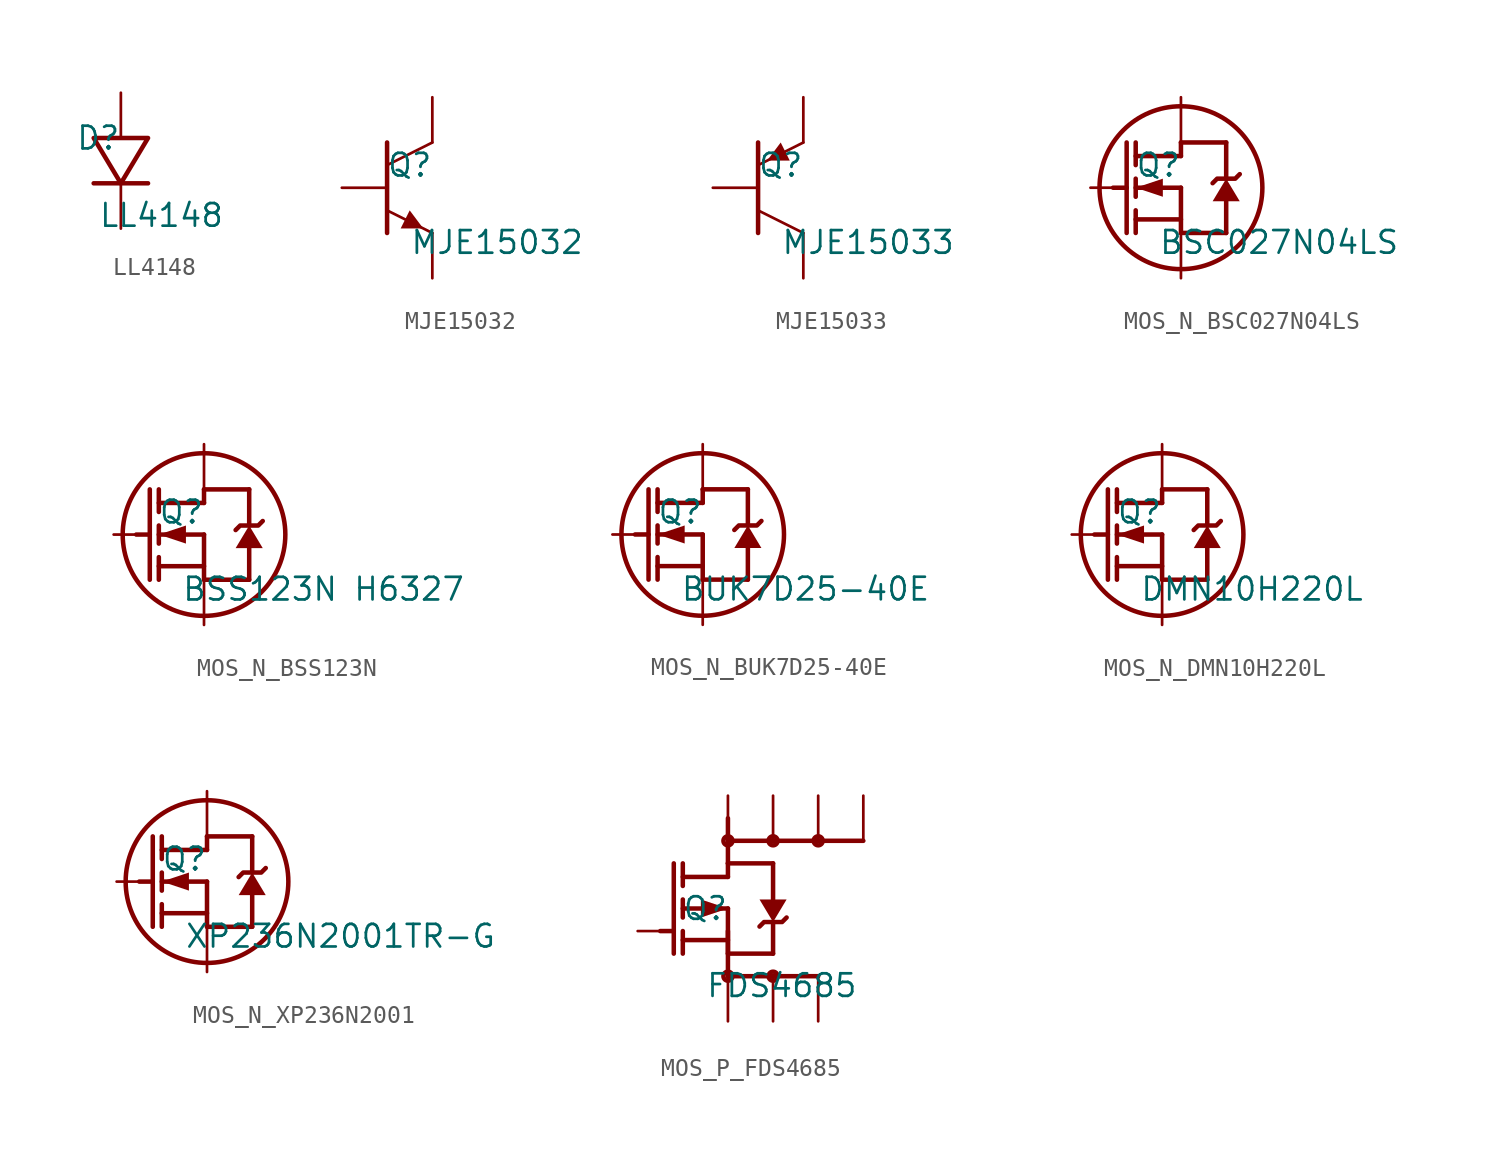
<source format=kicad_sym>
(kicad_symbol_lib
  (version 20231120)
  (generator "kicad_symbol_editor")
  (generator_version "8.0")
  (symbol "LL4148"
    (property "Reference" "D"
      (at -1.27 1.27 0)
      (effects (font (size 1.27 1.27))))
    (property "Value" "LL4148"
      (at -1.27 -3.81 0)
      (effects (font (size 1.27 1.27)) (justify left bottom)))
    (symbol "LL4148_1_0"
      (polyline (pts (xy 1.524 -1.27) (xy -1.524 -1.27)) (stroke (width 0.254) (type solid)) (fill (type none)))
      (polyline (pts (xy -1.524 1.27) (xy 1.524 1.27) (xy 0 -1.27) (xy -1.524 1.27)) (stroke (width 0.254) (type solid)) (fill (type none)))
      (pin passive line (at 0 3.81 270) (length 2.54) (name "A" (effects (font (size 0 0)))) (number "A" (effects (font (size 0 0)))))
      (pin passive line (at 0 -3.81 90) (length 2.54) (name "K" (effects (font (size 0 0)))) (number "K" (effects (font (size 0 0)))))))
  (symbol "MJE15032"
    (property "Reference" "Q"
      (at -1.27 1.27 0)
      (effects (font (size 1.27 1.27))))
    (property "Value" "MJE15032"
      (at -1.27 -3.81 0)
      (effects (font (size 1.27 1.27)) (justify left bottom)))
    (symbol "MJE15032_1_0"
      (polyline (pts (xy -2.54 2.54) (xy -2.54 -2.54)) (stroke (width 0.254) (type solid)) (fill (type none)))
      (polyline (pts (xy 0 -2.54) (xy -2.54 -1.27)) (stroke (width 0.152) (type solid)) (fill (type none)))
      (polyline (pts (xy 0 2.54) (xy -2.54 1.27)) (stroke (width 0.152) (type solid)) (fill (type none)))
      (polyline (pts (xy -0.508 -2.286) (xy -1.778 -2.286) (xy -1.27 -1.27) (xy -0.508 -2.286) (xy -0.508 -2.286)) (stroke (width -0.0001) (type solid)) (fill (type outline)))
      (pin passive line (at -5.08 0 0) (length 2.54) (name "B" (effects (font (size 0 0)))) (number "1" (effects (font (size 0 0)))))
      (pin passive line (at 0 5.08 270) (length 2.54) (name "C" (effects (font (size 0 0)))) (number "2" (effects (font (size 0 0)))))
      (pin passive line (at 0 -5.08 90) (length 2.54) (name "E" (effects (font (size 0 0)))) (number "3" (effects (font (size 0 0)))))))
  (symbol "MJE15033"
    (property "Reference" "Q"
      (at -1.27 1.27 0)
      (effects (font (size 1.27 1.27))))
    (property "Value" "MJE15033"
      (at -1.27 -3.81 0)
      (effects (font (size 1.27 1.27)) (justify left bottom)))
    (symbol "MJE15033_1_0"
      (polyline (pts (xy -2.54 -1.27) (xy 0 -2.54)) (stroke (width 0.152) (type solid)) (fill (type none)))
      (polyline (pts (xy -2.54 2.54) (xy -2.54 -2.54)) (stroke (width 0.254) (type solid)) (fill (type none)))
      (polyline (pts (xy 0 2.54) (xy -2.54 1.27)) (stroke (width 0.152) (type solid)) (fill (type none)))
      (polyline (pts (xy -2.032 1.524) (xy -0.762 1.524) (xy -1.27 2.54) (xy -2.032 1.524) (xy -2.032 1.524)) (stroke (width -0.0001) (type solid)) (fill (type outline)))
      (pin passive line (at -5.08 0 0) (length 2.54) (name "B" (effects (font (size 0 0)))) (number "1" (effects (font (size 0 0)))))
      (pin passive line (at 0 -5.08 90) (length 2.54) (name "C" (effects (font (size 0 0)))) (number "2" (effects (font (size 0 0)))))
      (pin passive line (at 0 5.08 270) (length 2.54) (name "E" (effects (font (size 0 0)))) (number "3" (effects (font (size 0 0)))))))
  (symbol "MOS_N_BSC027N04LS"
    (property "Reference" "Q"
      (at -1.27 1.27 0)
      (effects (font (size 1.27 1.27))))
    (property "Value" "BSC027N04LS"
      (at -1.27 -3.81 0)
      (effects (font (size 1.27 1.27)) (justify left bottom)))
    (symbol "MOS_N_BSC027N04LS_1_0"
      (polyline (pts (xy -3.81 0) (xy -3.048 0)) (stroke (width 0.254) (type solid)) (fill (type none)))
      (polyline (pts (xy -3.048 2.54) (xy -3.048 -2.54)) (stroke (width 0.254) (type solid)) (fill (type none)))
      (polyline (pts (xy -2.54 -2.54) (xy -2.54 -1.27)) (stroke (width 0.254) (type solid)) (fill (type none)))
      (polyline (pts (xy -2.54 -0.508) (xy -2.54 0.508)) (stroke (width 0.254) (type solid)) (fill (type none)))
      (polyline (pts (xy -2.54 2.54) (xy -2.54 1.27)) (stroke (width 0.254) (type solid)) (fill (type none)))
      (polyline (pts (xy 0 -2.54) (xy 2.54 -2.54)) (stroke (width 0.254) (type solid)) (fill (type none)))
      (polyline (pts (xy 0 -1.778) (xy -2.54 -1.778)) (stroke (width 0.254) (type solid)) (fill (type none)))
      (polyline (pts (xy 0 0) (xy -2.54 0)) (stroke (width 0.254) (type solid)) (fill (type none)))
      (polyline (pts (xy 0 0) (xy 0 -2.54)) (stroke (width 0.254) (type solid)) (fill (type none)))
      (polyline (pts (xy 0 1.778) (xy -2.54 1.778)) (stroke (width 0.254) (type solid)) (fill (type none)))
      (polyline (pts (xy 0 1.778) (xy 0 2.54)) (stroke (width 0.254) (type solid)) (fill (type none)))
      (polyline (pts (xy 0 2.54) (xy 2.54 2.54)) (stroke (width 0.254) (type solid)) (fill (type none)))
      (polyline (pts (xy 2.54 -2.54) (xy 2.54 -0.762)) (stroke (width 0.254) (type solid)) (fill (type none)))
      (polyline (pts (xy 2.54 2.54) (xy 2.54 0.508)) (stroke (width 0.254) (type solid)) (fill (type none)))
      (polyline (pts (xy -2.54 0) (xy -1.016 -0.508) (xy -1.016 0.508) (xy -2.54 0)) (stroke (width -0.0001) (type solid)) (fill (type outline)))
      (polyline (pts (xy 2.54 0.508) (xy 1.778 -0.762) (xy 3.302 -0.762) (xy 2.54 0.508)) (stroke (width -0.0001) (type solid)) (fill (type outline)))
      (polyline (pts (xy 3.302 0.762) (xy 3.048 0.508) (xy 2.032 0.508) (xy 1.778 0.254)) (stroke (width 0.254) (type solid)) (fill (type none)))
      (circle (center 0 0) (radius 4.572) (stroke (width 0.254) (type solid)) (fill (type none)))
      (pin passive line (at 0 5.08 270) (length 2.54) (name "D" (effects (font (size 0 0)))) (number "D" (effects (font (size 0 0)))))
      (pin passive line (at -5.08 0 0) (length 1.27) (name "G" (effects (font (size 0 0)))) (number "G" (effects (font (size 0 0)))))
      (pin passive line (at 0 -5.08 90) (length 2.54) (name "S" (effects (font (size 0 0)))) (number "S" (effects (font (size 0 0)))))))
  (symbol "MOS_N_BSS123N"
    (property "Reference" "Q"
      (at -1.27 1.27 0)
      (effects (font (size 1.27 1.27))))
    (property "Value" "BSS123N H6327"
      (at -1.27 -3.81 0)
      (effects (font (size 1.27 1.27)) (justify left bottom)))
    (symbol "MOS_N_BSS123N_1_0"
      (polyline (pts (xy -3.81 0) (xy -3.048 0)) (stroke (width 0.254) (type solid)) (fill (type none)))
      (polyline (pts (xy -3.048 2.54) (xy -3.048 -2.54)) (stroke (width 0.254) (type solid)) (fill (type none)))
      (polyline (pts (xy -2.54 -2.54) (xy -2.54 -1.27)) (stroke (width 0.254) (type solid)) (fill (type none)))
      (polyline (pts (xy -2.54 -0.508) (xy -2.54 0.508)) (stroke (width 0.254) (type solid)) (fill (type none)))
      (polyline (pts (xy -2.54 2.54) (xy -2.54 1.27)) (stroke (width 0.254) (type solid)) (fill (type none)))
      (polyline (pts (xy 0 -2.54) (xy 2.54 -2.54)) (stroke (width 0.254) (type solid)) (fill (type none)))
      (polyline (pts (xy 0 -1.778) (xy -2.54 -1.778)) (stroke (width 0.254) (type solid)) (fill (type none)))
      (polyline (pts (xy 0 0) (xy -2.54 0)) (stroke (width 0.254) (type solid)) (fill (type none)))
      (polyline (pts (xy 0 0) (xy 0 -2.54)) (stroke (width 0.254) (type solid)) (fill (type none)))
      (polyline (pts (xy 0 1.778) (xy -2.54 1.778)) (stroke (width 0.254) (type solid)) (fill (type none)))
      (polyline (pts (xy 0 1.778) (xy 0 2.54)) (stroke (width 0.254) (type solid)) (fill (type none)))
      (polyline (pts (xy 0 2.54) (xy 2.54 2.54)) (stroke (width 0.254) (type solid)) (fill (type none)))
      (polyline (pts (xy 2.54 -2.54) (xy 2.54 -0.762)) (stroke (width 0.254) (type solid)) (fill (type none)))
      (polyline (pts (xy 2.54 2.54) (xy 2.54 0.508)) (stroke (width 0.254) (type solid)) (fill (type none)))
      (polyline (pts (xy -2.54 0) (xy -1.016 -0.508) (xy -1.016 0.508) (xy -2.54 0)) (stroke (width -0.0001) (type solid)) (fill (type outline)))
      (polyline (pts (xy 2.54 0.508) (xy 1.778 -0.762) (xy 3.302 -0.762) (xy 2.54 0.508)) (stroke (width -0.0001) (type solid)) (fill (type outline)))
      (polyline (pts (xy 3.302 0.762) (xy 3.048 0.508) (xy 2.032 0.508) (xy 1.778 0.254)) (stroke (width 0.254) (type solid)) (fill (type none)))
      (circle (center 0 0) (radius 4.572) (stroke (width 0.254) (type solid)) (fill (type none)))
      (pin passive line (at -5.08 0 0) (length 1.27) (name "G" (effects (font (size 0 0)))) (number "1" (effects (font (size 0 0)))))
      (pin passive line (at 0 -5.08 90) (length 2.54) (name "S" (effects (font (size 0 0)))) (number "2" (effects (font (size 0 0)))))
      (pin passive line (at 0 5.08 270) (length 2.54) (name "D" (effects (font (size 0 0)))) (number "3" (effects (font (size 0 0)))))))
  (symbol "MOS_N_BUK7D25-40E"
    (property "Reference" "Q"
      (at -1.27 1.27 0)
      (effects (font (size 1.27 1.27))))
    (property "Value" "BUK7D25-40E"
      (at -1.27 -3.81 0)
      (effects (font (size 1.27 1.27)) (justify left bottom)))
    (symbol "MOS_N_BUK7D25-40E_1_0"
      (polyline (pts (xy -3.81 0) (xy -3.048 0)) (stroke (width 0.254) (type solid)) (fill (type none)))
      (polyline (pts (xy -3.048 2.54) (xy -3.048 -2.54)) (stroke (width 0.254) (type solid)) (fill (type none)))
      (polyline (pts (xy -2.54 -2.54) (xy -2.54 -1.27)) (stroke (width 0.254) (type solid)) (fill (type none)))
      (polyline (pts (xy -2.54 -0.508) (xy -2.54 0.508)) (stroke (width 0.254) (type solid)) (fill (type none)))
      (polyline (pts (xy -2.54 2.54) (xy -2.54 1.27)) (stroke (width 0.254) (type solid)) (fill (type none)))
      (polyline (pts (xy 0 -2.54) (xy 2.54 -2.54)) (stroke (width 0.254) (type solid)) (fill (type none)))
      (polyline (pts (xy 0 -1.778) (xy -2.54 -1.778)) (stroke (width 0.254) (type solid)) (fill (type none)))
      (polyline (pts (xy 0 0) (xy -2.54 0)) (stroke (width 0.254) (type solid)) (fill (type none)))
      (polyline (pts (xy 0 0) (xy 0 -2.54)) (stroke (width 0.254) (type solid)) (fill (type none)))
      (polyline (pts (xy 0 1.778) (xy -2.54 1.778)) (stroke (width 0.254) (type solid)) (fill (type none)))
      (polyline (pts (xy 0 1.778) (xy 0 2.54)) (stroke (width 0.254) (type solid)) (fill (type none)))
      (polyline (pts (xy 0 2.54) (xy 2.54 2.54)) (stroke (width 0.254) (type solid)) (fill (type none)))
      (polyline (pts (xy 2.54 -2.54) (xy 2.54 -0.762)) (stroke (width 0.254) (type solid)) (fill (type none)))
      (polyline (pts (xy 2.54 2.54) (xy 2.54 0.508)) (stroke (width 0.254) (type solid)) (fill (type none)))
      (polyline (pts (xy -2.54 0) (xy -1.016 -0.508) (xy -1.016 0.508) (xy -2.54 0)) (stroke (width -0.0001) (type solid)) (fill (type outline)))
      (polyline (pts (xy 2.54 0.508) (xy 1.778 -0.762) (xy 3.302 -0.762) (xy 2.54 0.508)) (stroke (width -0.0001) (type solid)) (fill (type outline)))
      (polyline (pts (xy 3.302 0.762) (xy 3.048 0.508) (xy 2.032 0.508) (xy 1.778 0.254)) (stroke (width 0.254) (type solid)) (fill (type none)))
      (circle (center 0 0) (radius 4.572) (stroke (width 0.254) (type solid)) (fill (type none)))
      (pin passive line (at 0 5.08 270) (length 2.54) (name "D" (effects (font (size 0 0)))) (number "D" (effects (font (size 0 0)))))
      (pin passive line (at -5.08 0 0) (length 1.27) (name "G" (effects (font (size 0 0)))) (number "G" (effects (font (size 0 0)))))
      (pin passive line (at 0 -5.08 90) (length 2.54) (name "S" (effects (font (size 0 0)))) (number "S" (effects (font (size 0 0)))))))
  (symbol "MOS_N_DMN10H220L"
    (property "Reference" "Q"
      (at -1.27 1.27 0)
      (effects (font (size 1.27 1.27))))
    (property "Value" "DMN10H220L"
      (at -1.27 -3.81 0)
      (effects (font (size 1.27 1.27)) (justify left bottom)))
    (symbol "MOS_N_DMN10H220L_1_0"
      (polyline (pts (xy -3.81 0) (xy -3.048 0)) (stroke (width 0.254) (type solid)) (fill (type none)))
      (polyline (pts (xy -3.048 2.54) (xy -3.048 -2.54)) (stroke (width 0.254) (type solid)) (fill (type none)))
      (polyline (pts (xy -2.54 -2.54) (xy -2.54 -1.27)) (stroke (width 0.254) (type solid)) (fill (type none)))
      (polyline (pts (xy -2.54 -0.508) (xy -2.54 0.508)) (stroke (width 0.254) (type solid)) (fill (type none)))
      (polyline (pts (xy -2.54 2.54) (xy -2.54 1.27)) (stroke (width 0.254) (type solid)) (fill (type none)))
      (polyline (pts (xy 0 -2.54) (xy 2.54 -2.54)) (stroke (width 0.254) (type solid)) (fill (type none)))
      (polyline (pts (xy 0 -1.778) (xy -2.54 -1.778)) (stroke (width 0.254) (type solid)) (fill (type none)))
      (polyline (pts (xy 0 0) (xy -2.54 0)) (stroke (width 0.254) (type solid)) (fill (type none)))
      (polyline (pts (xy 0 0) (xy 0 -2.54)) (stroke (width 0.254) (type solid)) (fill (type none)))
      (polyline (pts (xy 0 1.778) (xy -2.54 1.778)) (stroke (width 0.254) (type solid)) (fill (type none)))
      (polyline (pts (xy 0 1.778) (xy 0 2.54)) (stroke (width 0.254) (type solid)) (fill (type none)))
      (polyline (pts (xy 0 2.54) (xy 2.54 2.54)) (stroke (width 0.254) (type solid)) (fill (type none)))
      (polyline (pts (xy 2.54 -2.54) (xy 2.54 -0.762)) (stroke (width 0.254) (type solid)) (fill (type none)))
      (polyline (pts (xy 2.54 2.54) (xy 2.54 0.508)) (stroke (width 0.254) (type solid)) (fill (type none)))
      (polyline (pts (xy -2.54 0) (xy -1.016 -0.508) (xy -1.016 0.508) (xy -2.54 0)) (stroke (width -0.0001) (type solid)) (fill (type outline)))
      (polyline (pts (xy 2.54 0.508) (xy 1.778 -0.762) (xy 3.302 -0.762) (xy 2.54 0.508)) (stroke (width -0.0001) (type solid)) (fill (type outline)))
      (polyline (pts (xy 3.302 0.762) (xy 3.048 0.508) (xy 2.032 0.508) (xy 1.778 0.254)) (stroke (width 0.254) (type solid)) (fill (type none)))
      (circle (center 0 0) (radius 4.572) (stroke (width 0.254) (type solid)) (fill (type none)))
      (pin passive line (at -5.08 0 0) (length 1.27) (name "G" (effects (font (size 0 0)))) (number "1" (effects (font (size 0 0)))))
      (pin passive line (at 0 -5.08 90) (length 2.54) (name "S" (effects (font (size 0 0)))) (number "2" (effects (font (size 0 0)))))
      (pin passive line (at 0 5.08 270) (length 2.54) (name "D" (effects (font (size 0 0)))) (number "3" (effects (font (size 0 0)))))))
  (symbol "MOS_N_XP236N2001"
    (property "Reference" "Q"
      (at -1.27 1.27 0)
      (effects (font (size 1.27 1.27))))
    (property "Value" "XP236N2001TR-G"
      (at -1.27 -3.81 0)
      (effects (font (size 1.27 1.27)) (justify left bottom)))
    (symbol "MOS_N_XP236N2001_1_0"
      (polyline (pts (xy -3.81 0) (xy -3.048 0)) (stroke (width 0.254) (type solid)) (fill (type none)))
      (polyline (pts (xy -3.048 2.54) (xy -3.048 -2.54)) (stroke (width 0.254) (type solid)) (fill (type none)))
      (polyline (pts (xy -2.54 -2.54) (xy -2.54 -1.27)) (stroke (width 0.254) (type solid)) (fill (type none)))
      (polyline (pts (xy -2.54 -0.508) (xy -2.54 0.508)) (stroke (width 0.254) (type solid)) (fill (type none)))
      (polyline (pts (xy -2.54 2.54) (xy -2.54 1.27)) (stroke (width 0.254) (type solid)) (fill (type none)))
      (polyline (pts (xy 0 -2.54) (xy 2.54 -2.54)) (stroke (width 0.254) (type solid)) (fill (type none)))
      (polyline (pts (xy 0 -1.778) (xy -2.54 -1.778)) (stroke (width 0.254) (type solid)) (fill (type none)))
      (polyline (pts (xy 0 0) (xy -2.54 0)) (stroke (width 0.254) (type solid)) (fill (type none)))
      (polyline (pts (xy 0 0) (xy 0 -2.54)) (stroke (width 0.254) (type solid)) (fill (type none)))
      (polyline (pts (xy 0 1.778) (xy -2.54 1.778)) (stroke (width 0.254) (type solid)) (fill (type none)))
      (polyline (pts (xy 0 1.778) (xy 0 2.54)) (stroke (width 0.254) (type solid)) (fill (type none)))
      (polyline (pts (xy 0 2.54) (xy 2.54 2.54)) (stroke (width 0.254) (type solid)) (fill (type none)))
      (polyline (pts (xy 2.54 -2.54) (xy 2.54 -0.762)) (stroke (width 0.254) (type solid)) (fill (type none)))
      (polyline (pts (xy 2.54 2.54) (xy 2.54 0.508)) (stroke (width 0.254) (type solid)) (fill (type none)))
      (polyline (pts (xy -2.54 0) (xy -1.016 -0.508) (xy -1.016 0.508) (xy -2.54 0)) (stroke (width -0.0001) (type solid)) (fill (type outline)))
      (polyline (pts (xy 2.54 0.508) (xy 1.778 -0.762) (xy 3.302 -0.762) (xy 2.54 0.508)) (stroke (width -0.0001) (type solid)) (fill (type outline)))
      (polyline (pts (xy 3.302 0.762) (xy 3.048 0.508) (xy 2.032 0.508) (xy 1.778 0.254)) (stroke (width 0.254) (type solid)) (fill (type none)))
      (circle (center 0 0) (radius 4.572) (stroke (width 0.254) (type solid)) (fill (type none)))
      (pin passive line (at -5.08 0 0) (length 1.27) (name "G" (effects (font (size 0 0)))) (number "1" (effects (font (size 0 0)))))
      (pin passive line (at 0 -5.08 90) (length 2.54) (name "S" (effects (font (size 0 0)))) (number "2" (effects (font (size 0 0)))))
      (pin passive line (at 0 5.08 270) (length 2.54) (name "D" (effects (font (size 0 0)))) (number "3" (effects (font (size 0 0)))))))
  (symbol "MOS_P_FDS4685"
    (property "Reference" "Q"
      (at -1.27 1.27 0)
      (effects (font (size 1.27 1.27))))
    (property "Value" "FDS4685"
      (at -1.27 -3.81 0)
      (effects (font (size 1.27 1.27)) (justify left bottom)))
    (symbol "MOS_P_FDS4685_1_0"
      (circle (center 0 -2.54) (radius 0.254) (stroke (width 0.254) (type solid)) (fill (type none)))
      (polyline (pts (xy -3.81 0) (xy -3.048 0)) (stroke (width 0.254) (type solid)) (fill (type none)))
      (polyline (pts (xy -3.048 3.81) (xy -3.048 -1.27)) (stroke (width 0.254) (type solid)) (fill (type none)))
      (polyline (pts (xy -2.54 -1.27) (xy -2.54 0)) (stroke (width 0.254) (type solid)) (fill (type none)))
      (polyline (pts (xy -2.54 0.762) (xy -2.54 1.778)) (stroke (width 0.254) (type solid)) (fill (type none)))
      (polyline (pts (xy -2.54 3.81) (xy -2.54 2.54)) (stroke (width 0.254) (type solid)) (fill (type none)))
      (polyline (pts (xy 0 -2.54) (xy 0 0)) (stroke (width 0.254) (type solid)) (fill (type none)))
      (polyline (pts (xy 0 -2.54) (xy 2.54 -2.54)) (stroke (width 0.254) (type solid)) (fill (type none)))
      (polyline (pts (xy 0 -1.27) (xy 2.54 -1.27)) (stroke (width 0.254) (type solid)) (fill (type none)))
      (polyline (pts (xy 0 -0.508) (xy -2.54 -0.508)) (stroke (width 0.254) (type solid)) (fill (type none)))
      (polyline (pts (xy 0 1.27) (xy -2.54 1.27)) (stroke (width 0.254) (type solid)) (fill (type none)))
      (polyline (pts (xy 0 1.27) (xy 0 -1.27)) (stroke (width 0.254) (type solid)) (fill (type none)))
      (polyline (pts (xy 0 3.048) (xy -2.54 3.048)) (stroke (width 0.254) (type solid)) (fill (type none)))
      (polyline (pts (xy 0 3.048) (xy 0 3.81)) (stroke (width 0.254) (type solid)) (fill (type none)))
      (polyline (pts (xy 0 3.81) (xy 0 6.35)) (stroke (width 0.254) (type solid)) (fill (type none)))
      (polyline (pts (xy 0 3.81) (xy 2.54 3.81)) (stroke (width 0.254) (type solid)) (fill (type none)))
      (polyline (pts (xy 0 5.08) (xy 2.54 5.08)) (stroke (width 0.254) (type solid)) (fill (type none)))
      (polyline (pts (xy 2.54 -2.54) (xy 5.08 -2.54)) (stroke (width 0.254) (type solid)) (fill (type none)))
      (polyline (pts (xy 2.54 -1.27) (xy 2.54 0.508)) (stroke (width 0.254) (type solid)) (fill (type none)))
      (polyline (pts (xy 2.54 3.81) (xy 2.54 1.778)) (stroke (width 0.254) (type solid)) (fill (type none)))
      (polyline (pts (xy 2.54 5.08) (xy 5.08 5.08)) (stroke (width 0.254) (type solid)) (fill (type none)))
      (polyline (pts (xy 5.08 5.08) (xy 7.62 5.08)) (stroke (width 0.254) (type solid)) (fill (type none)))
      (polyline (pts (xy 0 1.27) (xy -1.524 0.762) (xy -1.524 1.778) (xy 0 1.27)) (stroke (width -0.0001) (type solid)) (fill (type outline)))
      (polyline (pts (xy 2.54 0.508) (xy 3.302 1.778) (xy 1.778 1.778) (xy 2.54 0.508)) (stroke (width -0.0001) (type solid)) (fill (type outline)))
      (polyline (pts (xy 3.302 0.762) (xy 3.048 0.508) (xy 2.032 0.508) (xy 1.778 0.254)) (stroke (width 0.254) (type solid)) (fill (type none)))
      (circle (center 0 5.08) (radius 0.254) (stroke (width 0.254) (type solid)) (fill (type none)))
      (circle (center 2.54 -2.54) (radius 0.254) (stroke (width 0.254) (type solid)) (fill (type none)))
      (circle (center 2.54 5.08) (radius 0.254) (stroke (width 0.254) (type solid)) (fill (type none)))
      (circle (center 5.08 5.08) (radius 0.254) (stroke (width 0.254) (type solid)) (fill (type none)))
      (pin passive line (at 0 -5.08 90) (length 2.54) (name "S" (effects (font (size 0 0)))) (number "1" (effects (font (size 0 0)))))
      (pin passive line (at 2.54 -5.08 90) (length 2.54) (name "S" (effects (font (size 0 0)))) (number "2" (effects (font (size 0 0)))))
      (pin passive line (at 5.08 -5.08 90) (length 2.54) (name "S" (effects (font (size 0 0)))) (number "3" (effects (font (size 0 0)))))
      (pin passive line (at -5.08 0 0) (length 1.27) (name "G" (effects (font (size 0 0)))) (number "4" (effects (font (size 0 0)))))
      (pin passive line (at 0 7.62 270) (length 2.54) (name "D" (effects (font (size 0 0)))) (number "5" (effects (font (size 0 0)))))
      (pin passive line (at 2.54 7.62 270) (length 2.54) (name "D" (effects (font (size 0 0)))) (number "6" (effects (font (size 0 0)))))
      (pin passive line (at 5.08 7.62 270) (length 2.54) (name "D" (effects (font (size 0 0)))) (number "7" (effects (font (size 0 0)))))
      (pin passive line (at 7.62 7.62 270) (length 2.54) (name "D" (effects (font (size 0 0)))) (number "8" (effects (font (size 0 0))))))))
</source>
